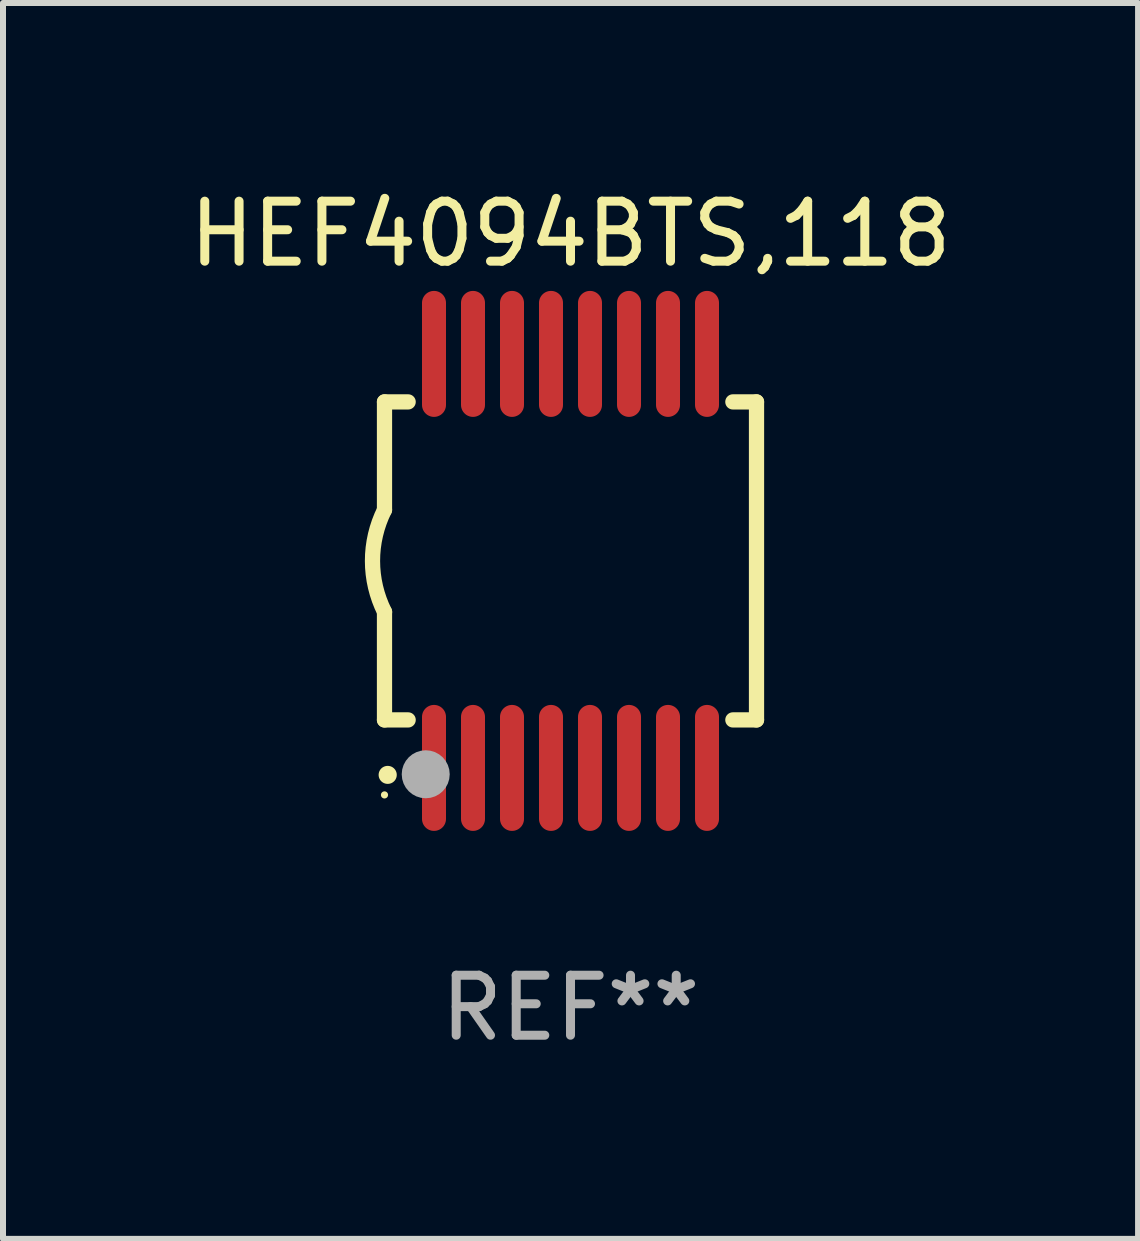
<source format=kicad_pcb>
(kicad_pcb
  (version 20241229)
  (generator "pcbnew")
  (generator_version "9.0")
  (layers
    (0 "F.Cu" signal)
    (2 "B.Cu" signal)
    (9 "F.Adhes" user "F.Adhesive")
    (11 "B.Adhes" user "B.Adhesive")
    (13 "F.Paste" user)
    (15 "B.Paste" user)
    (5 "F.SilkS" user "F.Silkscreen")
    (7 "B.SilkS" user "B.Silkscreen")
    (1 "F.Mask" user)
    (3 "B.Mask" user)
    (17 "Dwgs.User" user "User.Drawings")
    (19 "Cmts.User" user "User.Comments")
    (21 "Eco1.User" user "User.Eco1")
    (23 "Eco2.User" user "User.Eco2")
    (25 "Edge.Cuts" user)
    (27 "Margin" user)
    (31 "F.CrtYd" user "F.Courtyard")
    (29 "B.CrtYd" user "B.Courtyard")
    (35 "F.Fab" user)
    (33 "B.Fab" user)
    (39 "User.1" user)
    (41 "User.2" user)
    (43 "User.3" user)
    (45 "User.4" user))
  (footprint "HEF4094BTS,118"
    (layer "F.Cu")
    (at 6.458 6.298)
    (property "Reference" "HEF4094BTS,118" (at 0 -5.45 0) (layer "F.SilkS") (effects (font (size 1 1) (thickness 0.15))))
    (attr through_hole)
    (fp_line (start -3.1 -2.65) (end -3.1 -0.85) (stroke (width 0.254) (type solid)) (layer "F.SilkS"))
    (fp_line (start -3.1 -2.65) (end -2.706 -2.65) (stroke (width 0.254) (type solid)) (layer "F.SilkS"))
    (fp_line (start -3.1 2.65) (end -3.1 0.85) (stroke (width 0.254) (type solid)) (layer "F.SilkS"))
    (fp_line (start -3.1 2.65) (end -2.706 2.65) (stroke (width 0.254) (type solid)) (layer "F.SilkS"))
    (fp_line (start 2.706 -2.65) (end 3.1 -2.65) (stroke (width 0.254) (type solid)) (layer "F.SilkS"))
    (fp_line (start 2.706 2.65) (end 3.1 2.65) (stroke (width 0.254) (type solid)) (layer "F.SilkS"))
    (fp_line (start 3.1 -2.65) (end 3.1 2.65) (stroke (width 0.254) (type solid)) (layer "F.SilkS"))
    (fp_arc (start -3.098907 0.850902) (mid -3.300057 0.000523) (end -3.1 -0.850114) (stroke (width 0.254001) (type solid)) (layer "F.SilkS"))
    (fp_arc (start -3.048006 3.566066) (mid -3.046736 3.566061) (end -3.045466 3.566066) (stroke (width 0.3) (type solid)) (layer "F.SilkS"))
    (fp_circle (center -3.1 3.9) (end -3.07 3.9) (stroke (width 0.06) (type solid)) (fill no) (layer "F.SilkS"))
    (fp_circle (center -2.413 3.556) (end -2.213 3.556) (stroke (width 0.4) (type solid)) (fill no) (layer "F.Fab"))
    (fp_text user "REF**" (at 0 7.45 0) (layer "F.Fab") (effects (font (size 1 1) (thickness 0.15))))
    (pad "1" smd oval (at -2.275 3.45 180) (size 0.4 2.1) (layers "F.Cu" "F.Mask" "F.Paste"))
    (pad "2" smd oval (at -1.625 3.45 180) (size 0.4 2.1) (layers "F.Cu" "F.Mask" "F.Paste"))
    (pad "3" smd oval (at -0.975 3.45 180) (size 0.4 2.1) (layers "F.Cu" "F.Mask" "F.Paste"))
    (pad "4" smd oval (at -0.325 3.45 180) (size 0.4 2.1) (layers "F.Cu" "F.Mask" "F.Paste"))
    (pad "5" smd oval (at 0.325 3.45 180) (size 0.4 2.1) (layers "F.Cu" "F.Mask" "F.Paste"))
    (pad "6" smd oval (at 0.975 3.45 180) (size 0.4 2.1) (layers "F.Cu" "F.Mask" "F.Paste"))
    (pad "7" smd oval (at 1.625 3.45 180) (size 0.4 2.1) (layers "F.Cu" "F.Mask" "F.Paste"))
    (pad "8" smd oval (at 2.275 3.45 180) (size 0.4 2.1) (layers "F.Cu" "F.Mask" "F.Paste"))
    (pad "9" smd oval (at 2.275 -3.45 180) (size 0.4 2.1) (layers "F.Cu" "F.Mask" "F.Paste"))
    (pad "10" smd oval (at 1.625 -3.45 180) (size 0.4 2.1) (layers "F.Cu" "F.Mask" "F.Paste"))
    (pad "11" smd oval (at 0.975 -3.45 180) (size 0.4 2.1) (layers "F.Cu" "F.Mask" "F.Paste"))
    (pad "12" smd oval (at 0.325 -3.45 180) (size 0.4 2.1) (layers "F.Cu" "F.Mask" "F.Paste"))
    (pad "13" smd oval (at -0.325 -3.45 180) (size 0.4 2.1) (layers "F.Cu" "F.Mask" "F.Paste"))
    (pad "14" smd oval (at -0.975 -3.45 180) (size 0.4 2.1) (layers "F.Cu" "F.Mask" "F.Paste"))
    (pad "15" smd oval (at -1.625 -3.45 180) (size 0.4 2.1) (layers "F.Cu" "F.Mask" "F.Paste"))
    (pad "16" smd oval (at -2.275 -3.45 180) (size 0.4 2.1) (layers "F.Cu" "F.Mask" "F.Paste")))
  (gr_rect
    (start -3 -3)
    (end 15.917 17.597)
    (stroke (width 0.1) (type default))
    (fill no)
    (layer "Edge.Cuts")))
</source>
